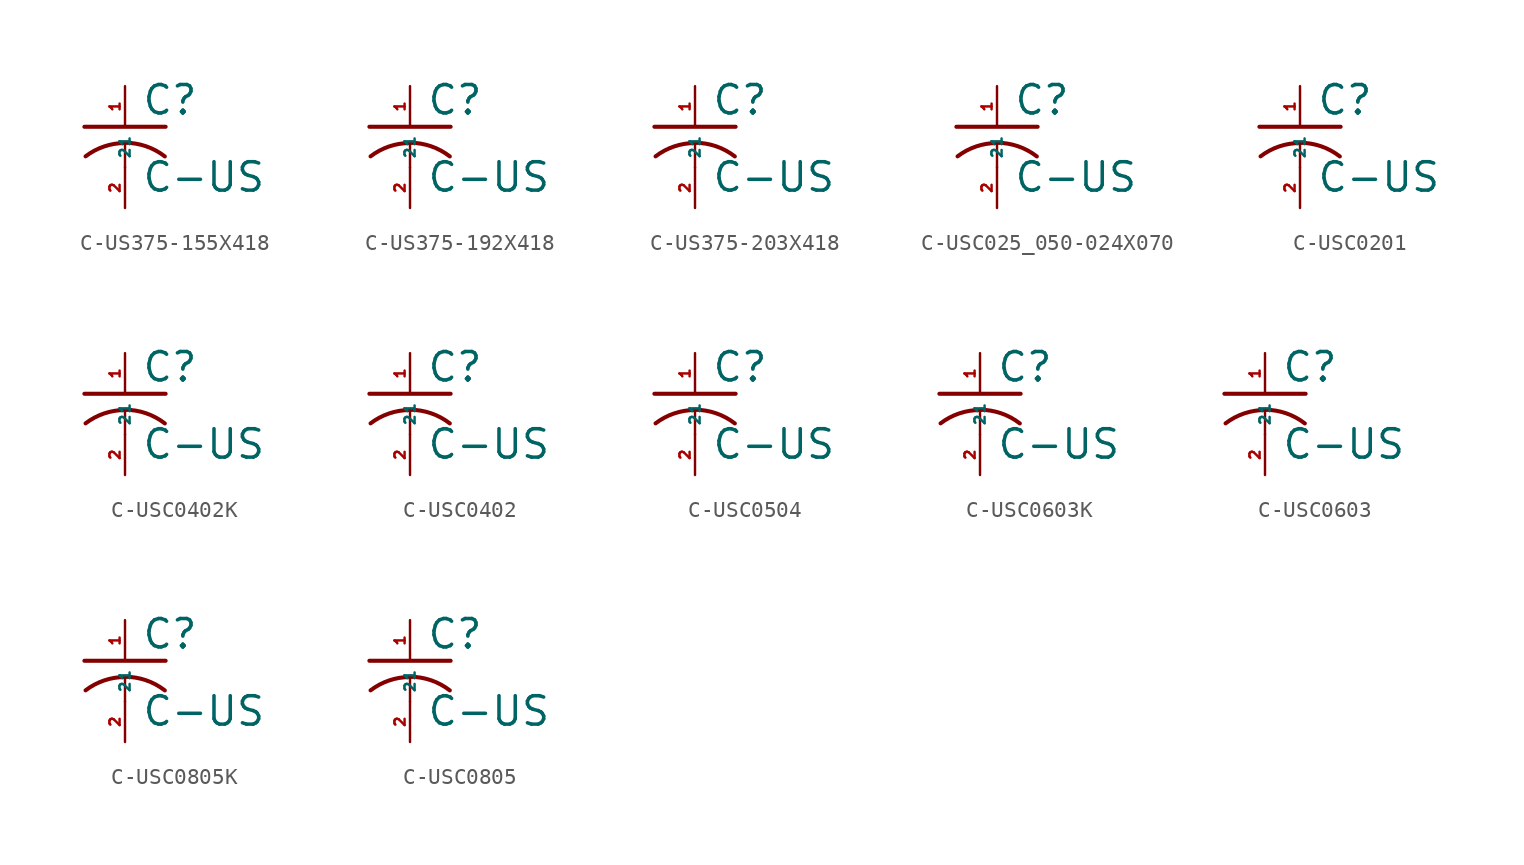
<source format=kicad_sym>
(kicad_symbol_lib
  (version 20220914)
  (generator Eagle2Kicad)
  (symbol "C-US375-155X418"
    (property "Reference" "C"
      (at 1.016 0.635 0)
      (effects (font (size 1.778 1.778) (thickness 0.22)) (justify left bottom)))
    (property "Value" "C-US"
      (at 1.016 -4.191 0)
      (effects (font (size 1.778 1.778) (thickness 0.22)) (justify left bottom)))
    (polyline
      (pts (xy -2.54 0) (xy 2.54 0))
      (stroke (width 0.254) (type default))
      (fill (type none)))
    (polyline
      (pts (xy 0 -1.016) (xy 0 -2.54))
      (stroke (width 0.152) (type default))
      (fill (type none)))
    (arc
      (start 2.4892 -1.8542)
      (mid 1.316 -1.220)
      (end 0 -1)
      (stroke (width 0.254) (type default))
      (fill (type none)))
    (arc
      (start 0 -1.0161)
      (mid -1.302 -1.230)
      (end -2.4668 -1.8504)
      (stroke (width 0.254) (type default))
      (fill (type none)))
    (pin passive line
      (at 0 2.54 270)
      (length 2.54)
      (name "1" (effects (font (size 0.635 0.635) (thickness 0.08)) (justify left bottom)))
      (number "1" (effects (font (size 0.635 0.635) (thickness 0.08)) (justify left bottom))))
    (pin passive line
      (at 0 -5.08 90)
      (length 2.54)
      (name "2" (effects (font (size 0.635 0.635) (thickness 0.08)) (justify left bottom)))
      (number "2" (effects (font (size 0.635 0.635) (thickness 0.08)) (justify left bottom)))))
  (symbol "C-US375-192X418"
    (property "Reference" "C"
      (at 1.016 0.635 0)
      (effects (font (size 1.778 1.778) (thickness 0.22)) (justify left bottom)))
    (property "Value" "C-US"
      (at 1.016 -4.191 0)
      (effects (font (size 1.778 1.778) (thickness 0.22)) (justify left bottom)))
    (polyline
      (pts (xy -2.54 0) (xy 2.54 0))
      (stroke (width 0.254) (type default))
      (fill (type none)))
    (polyline
      (pts (xy 0 -1.016) (xy 0 -2.54))
      (stroke (width 0.152) (type default))
      (fill (type none)))
    (arc
      (start 2.4892 -1.8542)
      (mid 1.316 -1.220)
      (end 0 -1)
      (stroke (width 0.254) (type default))
      (fill (type none)))
    (arc
      (start 0 -1.0161)
      (mid -1.302 -1.230)
      (end -2.4668 -1.8504)
      (stroke (width 0.254) (type default))
      (fill (type none)))
    (pin passive line
      (at 0 2.54 270)
      (length 2.54)
      (name "1" (effects (font (size 0.635 0.635) (thickness 0.08)) (justify left bottom)))
      (number "1" (effects (font (size 0.635 0.635) (thickness 0.08)) (justify left bottom))))
    (pin passive line
      (at 0 -5.08 90)
      (length 2.54)
      (name "2" (effects (font (size 0.635 0.635) (thickness 0.08)) (justify left bottom)))
      (number "2" (effects (font (size 0.635 0.635) (thickness 0.08)) (justify left bottom)))))
  (symbol "C-US375-203X418"
    (property "Reference" "C"
      (at 1.016 0.635 0)
      (effects (font (size 1.778 1.778) (thickness 0.22)) (justify left bottom)))
    (property "Value" "C-US"
      (at 1.016 -4.191 0)
      (effects (font (size 1.778 1.778) (thickness 0.22)) (justify left bottom)))
    (polyline
      (pts (xy -2.54 0) (xy 2.54 0))
      (stroke (width 0.254) (type default))
      (fill (type none)))
    (polyline
      (pts (xy 0 -1.016) (xy 0 -2.54))
      (stroke (width 0.152) (type default))
      (fill (type none)))
    (arc
      (start 2.4892 -1.8542)
      (mid 1.316 -1.220)
      (end 0 -1)
      (stroke (width 0.254) (type default))
      (fill (type none)))
    (arc
      (start 0 -1.0161)
      (mid -1.302 -1.230)
      (end -2.4668 -1.8504)
      (stroke (width 0.254) (type default))
      (fill (type none)))
    (pin passive line
      (at 0 2.54 270)
      (length 2.54)
      (name "1" (effects (font (size 0.635 0.635) (thickness 0.08)) (justify left bottom)))
      (number "1" (effects (font (size 0.635 0.635) (thickness 0.08)) (justify left bottom))))
    (pin passive line
      (at 0 -5.08 90)
      (length 2.54)
      (name "2" (effects (font (size 0.635 0.635) (thickness 0.08)) (justify left bottom)))
      (number "2" (effects (font (size 0.635 0.635) (thickness 0.08)) (justify left bottom)))))
  (symbol "C-USC025_050-024X070"
    (property "Reference" "C"
      (at 1.016 0.635 0)
      (effects (font (size 1.778 1.778) (thickness 0.22)) (justify left bottom)))
    (property "Value" "C-US"
      (at 1.016 -4.191 0)
      (effects (font (size 1.778 1.778) (thickness 0.22)) (justify left bottom)))
    (polyline
      (pts (xy -2.54 0) (xy 2.54 0))
      (stroke (width 0.254) (type default))
      (fill (type none)))
    (polyline
      (pts (xy 0 -1.016) (xy 0 -2.54))
      (stroke (width 0.152) (type default))
      (fill (type none)))
    (arc
      (start 2.4892 -1.8542)
      (mid 1.316 -1.220)
      (end 0 -1)
      (stroke (width 0.254) (type default))
      (fill (type none)))
    (arc
      (start 0 -1.0161)
      (mid -1.302 -1.230)
      (end -2.4668 -1.8504)
      (stroke (width 0.254) (type default))
      (fill (type none)))
    (pin passive line
      (at 0 2.54 270)
      (length 2.54)
      (name "1" (effects (font (size 0.635 0.635) (thickness 0.08)) (justify left bottom)))
      (number "1" (effects (font (size 0.635 0.635) (thickness 0.08)) (justify left bottom))))
    (pin passive line
      (at 0 -5.08 90)
      (length 2.54)
      (name "2" (effects (font (size 0.635 0.635) (thickness 0.08)) (justify left bottom)))
      (number "2" (effects (font (size 0.635 0.635) (thickness 0.08)) (justify left bottom)))))
  (symbol "C-USC0201"
    (property "Reference" "C"
      (at 1.016 0.635 0)
      (effects (font (size 1.778 1.778) (thickness 0.22)) (justify left bottom)))
    (property "Value" "C-US"
      (at 1.016 -4.191 0)
      (effects (font (size 1.778 1.778) (thickness 0.22)) (justify left bottom)))
    (polyline
      (pts (xy -2.54 0) (xy 2.54 0))
      (stroke (width 0.254) (type default))
      (fill (type none)))
    (polyline
      (pts (xy 0 -1.016) (xy 0 -2.54))
      (stroke (width 0.152) (type default))
      (fill (type none)))
    (arc
      (start 2.4892 -1.8542)
      (mid 1.316 -1.220)
      (end 0 -1)
      (stroke (width 0.254) (type default))
      (fill (type none)))
    (arc
      (start 0 -1.0161)
      (mid -1.302 -1.230)
      (end -2.4668 -1.8504)
      (stroke (width 0.254) (type default))
      (fill (type none)))
    (pin passive line
      (at 0 2.54 270)
      (length 2.54)
      (name "1" (effects (font (size 0.635 0.635) (thickness 0.08)) (justify left bottom)))
      (number "1" (effects (font (size 0.635 0.635) (thickness 0.08)) (justify left bottom))))
    (pin passive line
      (at 0 -5.08 90)
      (length 2.54)
      (name "2" (effects (font (size 0.635 0.635) (thickness 0.08)) (justify left bottom)))
      (number "2" (effects (font (size 0.635 0.635) (thickness 0.08)) (justify left bottom)))))
  (symbol "C-USC0402K"
    (property "Reference" "C"
      (at 1.016 0.635 0)
      (effects (font (size 1.778 1.778) (thickness 0.22)) (justify left bottom)))
    (property "Value" "C-US"
      (at 1.016 -4.191 0)
      (effects (font (size 1.778 1.778) (thickness 0.22)) (justify left bottom)))
    (polyline
      (pts (xy -2.54 0) (xy 2.54 0))
      (stroke (width 0.254) (type default))
      (fill (type none)))
    (polyline
      (pts (xy 0 -1.016) (xy 0 -2.54))
      (stroke (width 0.152) (type default))
      (fill (type none)))
    (arc
      (start 2.4892 -1.8542)
      (mid 1.316 -1.220)
      (end 0 -1)
      (stroke (width 0.254) (type default))
      (fill (type none)))
    (arc
      (start 0 -1.0161)
      (mid -1.302 -1.230)
      (end -2.4668 -1.8504)
      (stroke (width 0.254) (type default))
      (fill (type none)))
    (pin passive line
      (at 0 2.54 270)
      (length 2.54)
      (name "1" (effects (font (size 0.635 0.635) (thickness 0.08)) (justify left bottom)))
      (number "1" (effects (font (size 0.635 0.635) (thickness 0.08)) (justify left bottom))))
    (pin passive line
      (at 0 -5.08 90)
      (length 2.54)
      (name "2" (effects (font (size 0.635 0.635) (thickness 0.08)) (justify left bottom)))
      (number "2" (effects (font (size 0.635 0.635) (thickness 0.08)) (justify left bottom)))))
  (symbol "C-USC0402"
    (property "Reference" "C"
      (at 1.016 0.635 0)
      (effects (font (size 1.778 1.778) (thickness 0.22)) (justify left bottom)))
    (property "Value" "C-US"
      (at 1.016 -4.191 0)
      (effects (font (size 1.778 1.778) (thickness 0.22)) (justify left bottom)))
    (polyline
      (pts (xy -2.54 0) (xy 2.54 0))
      (stroke (width 0.254) (type default))
      (fill (type none)))
    (polyline
      (pts (xy 0 -1.016) (xy 0 -2.54))
      (stroke (width 0.152) (type default))
      (fill (type none)))
    (arc
      (start 2.4892 -1.8542)
      (mid 1.316 -1.220)
      (end 0 -1)
      (stroke (width 0.254) (type default))
      (fill (type none)))
    (arc
      (start 0 -1.0161)
      (mid -1.302 -1.230)
      (end -2.4668 -1.8504)
      (stroke (width 0.254) (type default))
      (fill (type none)))
    (pin passive line
      (at 0 2.54 270)
      (length 2.54)
      (name "1" (effects (font (size 0.635 0.635) (thickness 0.08)) (justify left bottom)))
      (number "1" (effects (font (size 0.635 0.635) (thickness 0.08)) (justify left bottom))))
    (pin passive line
      (at 0 -5.08 90)
      (length 2.54)
      (name "2" (effects (font (size 0.635 0.635) (thickness 0.08)) (justify left bottom)))
      (number "2" (effects (font (size 0.635 0.635) (thickness 0.08)) (justify left bottom)))))
  (symbol "C-USC0504"
    (property "Reference" "C"
      (at 1.016 0.635 0)
      (effects (font (size 1.778 1.778) (thickness 0.22)) (justify left bottom)))
    (property "Value" "C-US"
      (at 1.016 -4.191 0)
      (effects (font (size 1.778 1.778) (thickness 0.22)) (justify left bottom)))
    (polyline
      (pts (xy -2.54 0) (xy 2.54 0))
      (stroke (width 0.254) (type default))
      (fill (type none)))
    (polyline
      (pts (xy 0 -1.016) (xy 0 -2.54))
      (stroke (width 0.152) (type default))
      (fill (type none)))
    (arc
      (start 2.4892 -1.8542)
      (mid 1.316 -1.220)
      (end 0 -1)
      (stroke (width 0.254) (type default))
      (fill (type none)))
    (arc
      (start 0 -1.0161)
      (mid -1.302 -1.230)
      (end -2.4668 -1.8504)
      (stroke (width 0.254) (type default))
      (fill (type none)))
    (pin passive line
      (at 0 2.54 270)
      (length 2.54)
      (name "1" (effects (font (size 0.635 0.635) (thickness 0.08)) (justify left bottom)))
      (number "1" (effects (font (size 0.635 0.635) (thickness 0.08)) (justify left bottom))))
    (pin passive line
      (at 0 -5.08 90)
      (length 2.54)
      (name "2" (effects (font (size 0.635 0.635) (thickness 0.08)) (justify left bottom)))
      (number "2" (effects (font (size 0.635 0.635) (thickness 0.08)) (justify left bottom)))))
  (symbol "C-USC0603K"
    (property "Reference" "C"
      (at 1.016 0.635 0)
      (effects (font (size 1.778 1.778) (thickness 0.22)) (justify left bottom)))
    (property "Value" "C-US"
      (at 1.016 -4.191 0)
      (effects (font (size 1.778 1.778) (thickness 0.22)) (justify left bottom)))
    (polyline
      (pts (xy -2.54 0) (xy 2.54 0))
      (stroke (width 0.254) (type default))
      (fill (type none)))
    (polyline
      (pts (xy 0 -1.016) (xy 0 -2.54))
      (stroke (width 0.152) (type default))
      (fill (type none)))
    (arc
      (start 2.4892 -1.8542)
      (mid 1.316 -1.220)
      (end 0 -1)
      (stroke (width 0.254) (type default))
      (fill (type none)))
    (arc
      (start 0 -1.0161)
      (mid -1.302 -1.230)
      (end -2.4668 -1.8504)
      (stroke (width 0.254) (type default))
      (fill (type none)))
    (pin passive line
      (at 0 2.54 270)
      (length 2.54)
      (name "1" (effects (font (size 0.635 0.635) (thickness 0.08)) (justify left bottom)))
      (number "1" (effects (font (size 0.635 0.635) (thickness 0.08)) (justify left bottom))))
    (pin passive line
      (at 0 -5.08 90)
      (length 2.54)
      (name "2" (effects (font (size 0.635 0.635) (thickness 0.08)) (justify left bottom)))
      (number "2" (effects (font (size 0.635 0.635) (thickness 0.08)) (justify left bottom)))))
  (symbol "C-USC0603"
    (property "Reference" "C"
      (at 1.016 0.635 0)
      (effects (font (size 1.778 1.778) (thickness 0.22)) (justify left bottom)))
    (property "Value" "C-US"
      (at 1.016 -4.191 0)
      (effects (font (size 1.778 1.778) (thickness 0.22)) (justify left bottom)))
    (polyline
      (pts (xy -2.54 0) (xy 2.54 0))
      (stroke (width 0.254) (type default))
      (fill (type none)))
    (polyline
      (pts (xy 0 -1.016) (xy 0 -2.54))
      (stroke (width 0.152) (type default))
      (fill (type none)))
    (arc
      (start 2.4892 -1.8542)
      (mid 1.316 -1.220)
      (end 0 -1)
      (stroke (width 0.254) (type default))
      (fill (type none)))
    (arc
      (start 0 -1.0161)
      (mid -1.302 -1.230)
      (end -2.4668 -1.8504)
      (stroke (width 0.254) (type default))
      (fill (type none)))
    (pin passive line
      (at 0 2.54 270)
      (length 2.54)
      (name "1" (effects (font (size 0.635 0.635) (thickness 0.08)) (justify left bottom)))
      (number "1" (effects (font (size 0.635 0.635) (thickness 0.08)) (justify left bottom))))
    (pin passive line
      (at 0 -5.08 90)
      (length 2.54)
      (name "2" (effects (font (size 0.635 0.635) (thickness 0.08)) (justify left bottom)))
      (number "2" (effects (font (size 0.635 0.635) (thickness 0.08)) (justify left bottom)))))
  (symbol "C-USC0805K"
    (property "Reference" "C"
      (at 1.016 0.635 0)
      (effects (font (size 1.778 1.778) (thickness 0.22)) (justify left bottom)))
    (property "Value" "C-US"
      (at 1.016 -4.191 0)
      (effects (font (size 1.778 1.778) (thickness 0.22)) (justify left bottom)))
    (polyline
      (pts (xy -2.54 0) (xy 2.54 0))
      (stroke (width 0.254) (type default))
      (fill (type none)))
    (polyline
      (pts (xy 0 -1.016) (xy 0 -2.54))
      (stroke (width 0.152) (type default))
      (fill (type none)))
    (arc
      (start 2.4892 -1.8542)
      (mid 1.316 -1.220)
      (end 0 -1)
      (stroke (width 0.254) (type default))
      (fill (type none)))
    (arc
      (start 0 -1.0161)
      (mid -1.302 -1.230)
      (end -2.4668 -1.8504)
      (stroke (width 0.254) (type default))
      (fill (type none)))
    (pin passive line
      (at 0 2.54 270)
      (length 2.54)
      (name "1" (effects (font (size 0.635 0.635) (thickness 0.08)) (justify left bottom)))
      (number "1" (effects (font (size 0.635 0.635) (thickness 0.08)) (justify left bottom))))
    (pin passive line
      (at 0 -5.08 90)
      (length 2.54)
      (name "2" (effects (font (size 0.635 0.635) (thickness 0.08)) (justify left bottom)))
      (number "2" (effects (font (size 0.635 0.635) (thickness 0.08)) (justify left bottom)))))
  (symbol "C-USC0805"
    (property "Reference" "C"
      (at 1.016 0.635 0)
      (effects (font (size 1.778 1.778) (thickness 0.22)) (justify left bottom)))
    (property "Value" "C-US"
      (at 1.016 -4.191 0)
      (effects (font (size 1.778 1.778) (thickness 0.22)) (justify left bottom)))
    (polyline
      (pts (xy -2.54 0) (xy 2.54 0))
      (stroke (width 0.254) (type default))
      (fill (type none)))
    (polyline
      (pts (xy 0 -1.016) (xy 0 -2.54))
      (stroke (width 0.152) (type default))
      (fill (type none)))
    (arc
      (start 2.4892 -1.8542)
      (mid 1.316 -1.220)
      (end 0 -1)
      (stroke (width 0.254) (type default))
      (fill (type none)))
    (arc
      (start 0 -1.0161)
      (mid -1.302 -1.230)
      (end -2.4668 -1.8504)
      (stroke (width 0.254) (type default))
      (fill (type none)))
    (pin passive line
      (at 0 2.54 270)
      (length 2.54)
      (name "1" (effects (font (size 0.635 0.635) (thickness 0.08)) (justify left bottom)))
      (number "1" (effects (font (size 0.635 0.635) (thickness 0.08)) (justify left bottom))))
    (pin passive line
      (at 0 -5.08 90)
      (length 2.54)
      (name "2" (effects (font (size 0.635 0.635) (thickness 0.08)) (justify left bottom)))
      (number "2" (effects (font (size 0.635 0.635) (thickness 0.08)) (justify left bottom))))))
</source>
